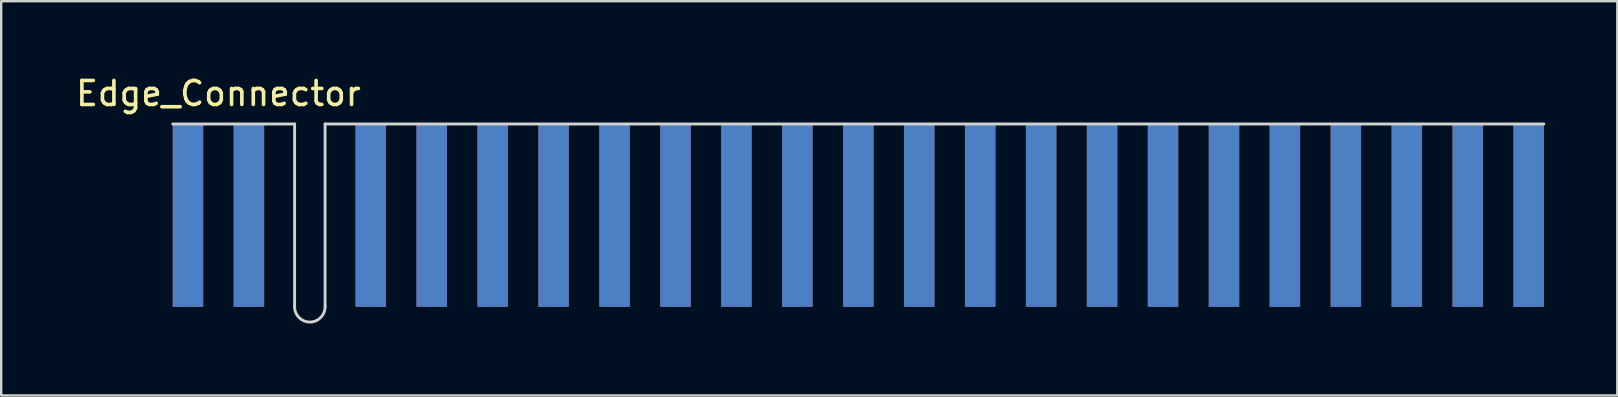
<source format=kicad_pcb>
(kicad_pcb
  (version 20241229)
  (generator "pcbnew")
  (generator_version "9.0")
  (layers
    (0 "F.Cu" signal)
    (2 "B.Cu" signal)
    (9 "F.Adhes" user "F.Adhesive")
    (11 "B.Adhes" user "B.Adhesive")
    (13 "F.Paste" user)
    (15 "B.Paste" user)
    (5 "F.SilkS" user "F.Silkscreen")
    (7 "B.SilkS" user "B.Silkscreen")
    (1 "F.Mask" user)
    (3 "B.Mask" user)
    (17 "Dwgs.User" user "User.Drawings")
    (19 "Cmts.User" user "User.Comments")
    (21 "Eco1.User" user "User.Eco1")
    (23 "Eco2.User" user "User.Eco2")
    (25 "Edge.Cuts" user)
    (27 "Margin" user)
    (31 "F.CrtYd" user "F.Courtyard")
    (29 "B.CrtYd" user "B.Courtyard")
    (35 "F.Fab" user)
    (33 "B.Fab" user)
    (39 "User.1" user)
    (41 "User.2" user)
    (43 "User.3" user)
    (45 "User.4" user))
  (footprint "Edge_Connector"
    (layer "F.Cu")
    (at 4.149 2.118)
    (property "Reference" "Edge_Connector" (at 1.905 -1.27 0) (layer "F.SilkS") (effects (font (size 1 1) (thickness 0.15))))
    (attr through_hole)
    (fp_line (start 5.08 0) (end 0 0) (stroke (width 0.12) (type solid)) (layer "Edge.Cuts"))
    (fp_line (start 5.08 7.62) (end 5.08 0) (stroke (width 0.12) (type solid)) (layer "Edge.Cuts"))
    (fp_line (start 6.35 0) (end 6.35 7.62) (stroke (width 0.12) (type solid)) (layer "Edge.Cuts"))
    (fp_line (start 6.35 0) (end 57.15 0) (stroke (width 0.12) (type solid)) (layer "Edge.Cuts"))
    (fp_arc (start 6.35 7.62) (mid 5.715 8.255) (end 5.08 7.62) (stroke (width 0.12) (type solid)) (layer "Edge.Cuts"))
    (pad "" connect rect (at 5.715 3.81) (size 1.27 7.62) (layers "Eco1.User"))
    (pad "" connect rect (at 5.715 3.81) (size 1.27 7.62) (layers "Eco1.User"))
    (pad "1a" connect rect (at 0.635 3.81) (size 1.27 7.62) (layers "F.Cu" "F.Mask"))
    (pad "1b" connect rect (at 0.635 3.81) (size 1.27 7.62) (layers "B.Cu" "B.Mask"))
    (pad "2a" connect rect (at 3.175 3.81) (size 1.27 7.62) (layers "F.Cu" "F.Mask"))
    (pad "2b" connect rect (at 3.175 3.81) (size 1.27 7.62) (layers "B.Cu" "B.Mask"))
    (pad "4a" connect rect (at 8.255 3.81) (size 1.27 7.62) (layers "F.Cu" "F.Mask"))
    (pad "4b" connect rect (at 8.255 3.81) (size 1.27 7.62) (layers "B.Cu" "B.Mask"))
    (pad "5a" connect rect (at 10.795 3.81) (size 1.27 7.62) (layers "F.Cu" "F.Mask"))
    (pad "5b" connect rect (at 10.795 3.81) (size 1.27 7.62) (layers "B.Cu" "B.Mask"))
    (pad "6a" connect rect (at 13.335 3.81) (size 1.27 7.62) (layers "F.Cu" "F.Mask"))
    (pad "6b" connect rect (at 13.335 3.81) (size 1.27 7.62) (layers "B.Cu" "B.Mask"))
    (pad "7a" connect rect (at 15.875 3.81) (size 1.27 7.62) (layers "F.Cu" "F.Mask"))
    (pad "7b" connect rect (at 15.875 3.81) (size 1.27 7.62) (layers "B.Cu" "B.Mask"))
    (pad "8a" connect rect (at 18.415 3.81) (size 1.27 7.62) (layers "F.Cu" "F.Mask"))
    (pad "8b" connect rect (at 18.415 3.81) (size 1.27 7.62) (layers "B.Cu" "B.Mask"))
    (pad "9a" connect rect (at 20.955 3.81) (size 1.27 7.62) (layers "F.Cu" "F.Mask"))
    (pad "9b" connect rect (at 20.955 3.81) (size 1.27 7.62) (layers "B.Cu" "B.Mask"))
    (pad "10a" connect rect (at 23.495 3.81) (size 1.27 7.62) (layers "F.Cu" "F.Mask"))
    (pad "10b" connect rect (at 23.495 3.81) (size 1.27 7.62) (layers "B.Cu" "B.Mask"))
    (pad "11a" connect rect (at 26.035 3.81) (size 1.27 7.62) (layers "F.Cu" "F.Mask"))
    (pad "11b" connect rect (at 26.035 3.81) (size 1.27 7.62) (layers "B.Cu" "B.Mask"))
    (pad "12a" connect rect (at 28.575 3.81) (size 1.27 7.62) (layers "F.Cu" "F.Mask"))
    (pad "12b" connect rect (at 28.575 3.81) (size 1.27 7.62) (layers "B.Cu" "B.Mask"))
    (pad "13a" connect rect (at 31.115 3.81) (size 1.27 7.62) (layers "F.Cu" "F.Mask"))
    (pad "13b" connect rect (at 31.115 3.81) (size 1.27 7.62) (layers "B.Cu" "B.Mask"))
    (pad "14a" connect rect (at 33.655 3.81) (size 1.27 7.62) (layers "F.Cu" "F.Mask"))
    (pad "14b" connect rect (at 33.655 3.81) (size 1.27 7.62) (layers "B.Cu" "B.Mask"))
    (pad "15a" connect rect (at 36.195 3.81) (size 1.27 7.62) (layers "F.Cu" "F.Mask"))
    (pad "15b" connect rect (at 36.195 3.81) (size 1.27 7.62) (layers "B.Cu" "B.Mask"))
    (pad "16a" connect rect (at 38.735 3.81) (size 1.27 7.62) (layers "F.Cu" "F.Mask"))
    (pad "16b" connect rect (at 38.735 3.81) (size 1.27 7.62) (layers "B.Cu" "B.Mask"))
    (pad "17a" connect rect (at 41.275 3.81) (size 1.27 7.62) (layers "F.Cu" "F.Mask"))
    (pad "17b" connect rect (at 41.275 3.81) (size 1.27 7.62) (layers "B.Cu" "B.Mask"))
    (pad "18a" connect rect (at 43.815 3.81) (size 1.27 7.62) (layers "F.Cu" "F.Mask"))
    (pad "18b" connect rect (at 43.815 3.81) (size 1.27 7.62) (layers "B.Cu" "B.Mask"))
    (pad "19a" connect rect (at 46.355 3.81) (size 1.27 7.62) (layers "F.Cu" "F.Mask"))
    (pad "19b" connect rect (at 46.355 3.81) (size 1.27 7.62) (layers "B.Cu" "B.Mask"))
    (pad "20a" connect rect (at 48.895 3.81) (size 1.27 7.62) (layers "F.Cu" "F.Mask"))
    (pad "20b" connect rect (at 48.895 3.81) (size 1.27 7.62) (layers "B.Cu" "B.Mask"))
    (pad "21a" connect rect (at 51.435 3.81) (size 1.27 7.62) (layers "F.Cu" "F.Mask"))
    (pad "21b" connect rect (at 51.435 3.81) (size 1.27 7.62) (layers "B.Cu" "B.Mask"))
    (pad "22a" connect rect (at 53.975 3.81) (size 1.27 7.62) (layers "F.Cu" "F.Mask"))
    (pad "22b" connect rect (at 53.975 3.81) (size 1.27 7.62) (layers "B.Cu" "B.Mask"))
    (pad "23a" connect rect (at 56.515 3.81) (size 1.27 7.62) (layers "F.Cu" "F.Mask"))
    (pad "23b" connect rect (at 56.515 3.81) (size 1.27 7.62) (layers "B.Cu" "B.Mask")))
  (gr_rect
    (start -3 -3)
    (end 64.359 13.433)
    (stroke (width 0.1) (type default))
    (fill no)
    (layer "Edge.Cuts")))
</source>
